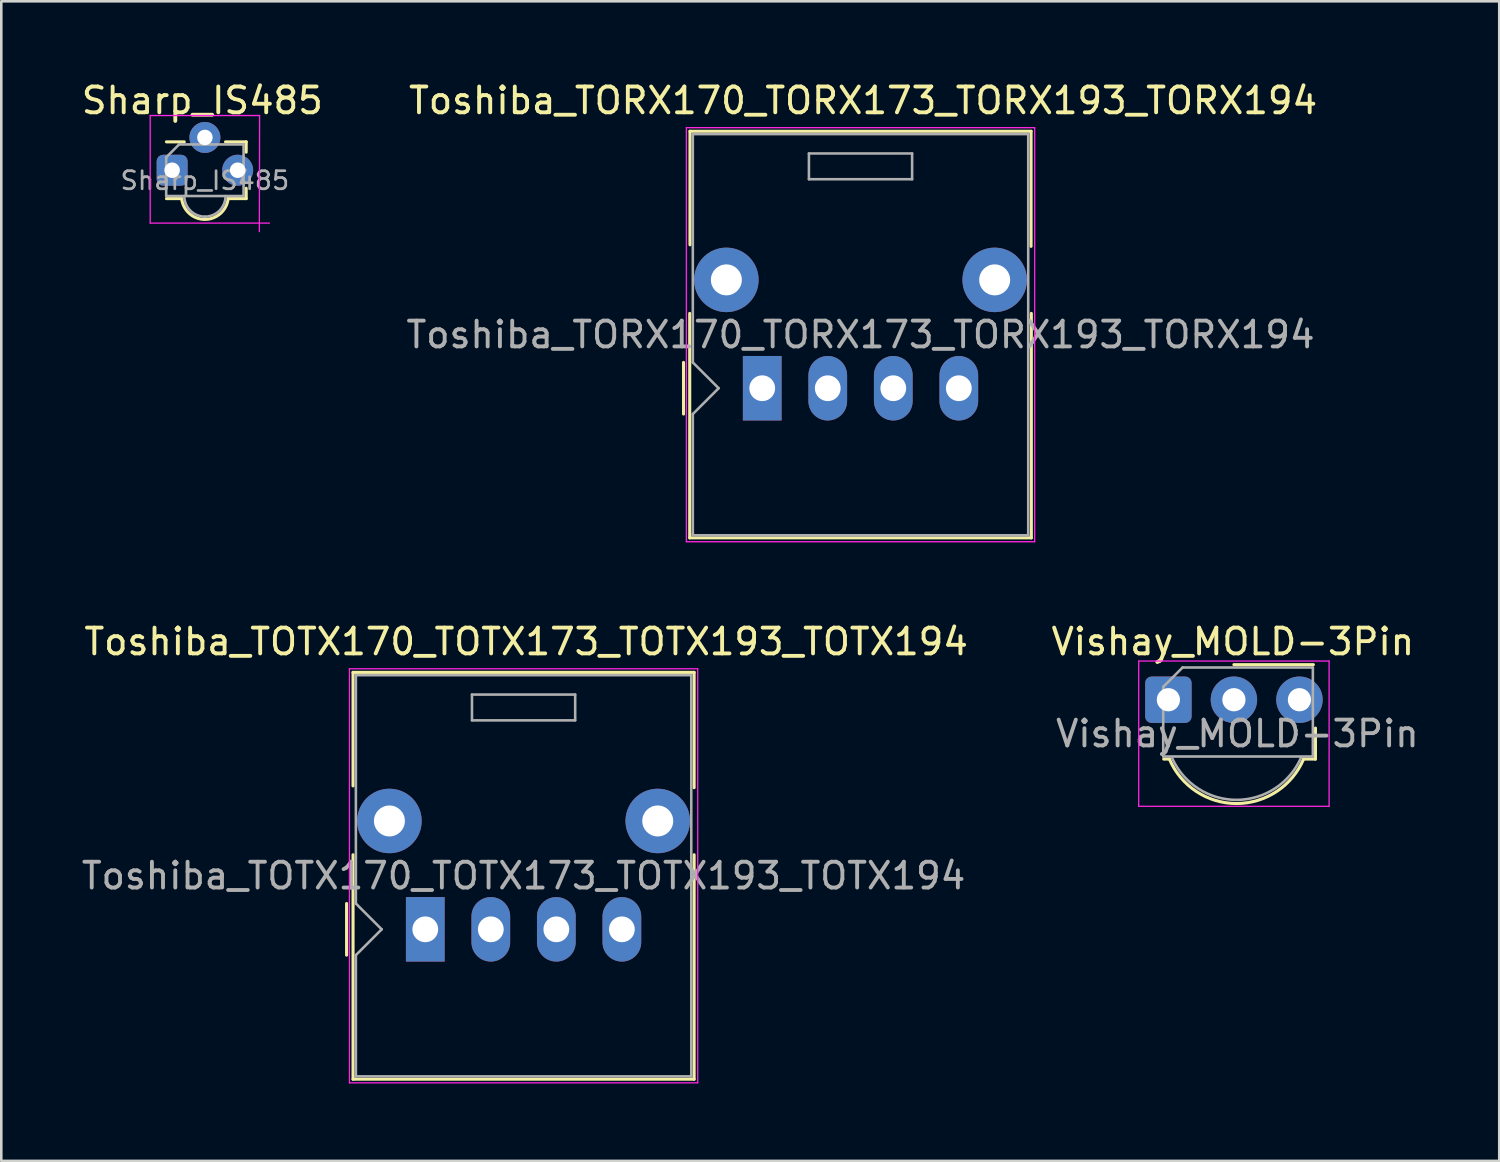
<source format=kicad_pcb>
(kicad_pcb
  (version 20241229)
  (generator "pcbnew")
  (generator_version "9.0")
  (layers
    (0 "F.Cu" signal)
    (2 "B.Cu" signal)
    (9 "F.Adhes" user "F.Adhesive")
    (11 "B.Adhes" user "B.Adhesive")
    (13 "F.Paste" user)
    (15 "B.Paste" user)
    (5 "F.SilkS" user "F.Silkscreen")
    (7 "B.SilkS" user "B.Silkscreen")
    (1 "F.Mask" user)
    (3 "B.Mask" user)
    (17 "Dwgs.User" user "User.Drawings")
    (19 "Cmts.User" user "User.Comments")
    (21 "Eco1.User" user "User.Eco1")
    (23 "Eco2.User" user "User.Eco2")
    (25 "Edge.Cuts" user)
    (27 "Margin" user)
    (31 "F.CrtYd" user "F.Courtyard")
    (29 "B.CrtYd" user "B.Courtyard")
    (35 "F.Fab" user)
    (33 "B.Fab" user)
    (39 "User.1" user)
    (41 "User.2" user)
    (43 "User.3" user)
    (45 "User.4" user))
  (footprint "Toshiba_TOTX170_TOTX173_TOTX193_TOTX194"
    (layer "F.Cu")
    (at 13.434 32.971)
    (property "Reference" "Toshiba_TOTX170_TOTX173_TOTX193_TOTX194" (at 3.91 -11.15 0) (layer "F.SilkS") (effects (font (size 1 1) (thickness 0.15))))
    (attr through_hole)
    (fp_line (start -3.05 1) (end -3.05 -1) (stroke (width 0.12) (type solid)) (layer "F.SilkS"))
    (fp_line (start -2.8 -9.96) (end -2.8 -5.56) (stroke (width 0.12) (type solid)) (layer "F.SilkS"))
    (fp_line (start -2.8 5.81) (end -2.8 -2.89) (stroke (width 0.12) (type solid)) (layer "F.SilkS"))
    (fp_line (start -2.8 5.81) (end 10.42 5.81) (stroke (width 0.12) (type solid)) (layer "F.SilkS"))
    (fp_line (start 10.42 -9.96) (end -2.8 -9.96) (stroke (width 0.12) (type solid)) (layer "F.SilkS"))
    (fp_line (start 10.42 -9.96) (end 10.42 -5.49) (stroke (width 0.12) (type solid)) (layer "F.SilkS"))
    (fp_line (start 10.42 5.81) (end 10.42 -2.89) (stroke (width 0.12) (type solid)) (layer "F.SilkS"))
    (fp_line (start -2.94 -10.1) (end -2.94 5.95) (stroke (width 0.05) (type solid)) (layer "F.CrtYd"))
    (fp_line (start -2.94 -10.1) (end 10.56 -10.1) (stroke (width 0.05) (type solid)) (layer "F.CrtYd"))
    (fp_line (start 10.56 5.95) (end -2.94 5.95) (stroke (width 0.05) (type solid)) (layer "F.CrtYd"))
    (fp_line (start 10.56 5.95) (end 10.56 -10.1) (stroke (width 0.05) (type solid)) (layer "F.CrtYd"))
    (fp_line (start -2.69 -9.85) (end 10.31 -9.85) (stroke (width 0.1) (type solid)) (layer "F.Fab"))
    (fp_line (start -2.69 -1) (end -2.69 -9.85) (stroke (width 0.1) (type solid)) (layer "F.Fab"))
    (fp_line (start -2.69 5.65) (end -2.69 1) (stroke (width 0.1) (type solid)) (layer "F.Fab"))
    (fp_line (start -2.69 5.65) (end -2.69 5.7) (stroke (width 0.1) (type solid)) (layer "F.Fab"))
    (fp_line (start -2.69 5.7) (end 10.26 5.7) (stroke (width 0.1) (type solid)) (layer "F.Fab"))
    (fp_line (start -1.69 0) (end -2.69 -1) (stroke (width 0.1) (type solid)) (layer "F.Fab"))
    (fp_line (start -1.69 0) (end -2.69 1) (stroke (width 0.1) (type solid)) (layer "F.Fab"))
    (fp_line (start 1.81 -9.1) (end 5.81 -9.1) (stroke (width 0.1) (type solid)) (layer "F.Fab"))
    (fp_line (start 1.81 -8.1) (end 1.81 -9.1) (stroke (width 0.1) (type solid)) (layer "F.Fab"))
    (fp_line (start 5.81 -9.1) (end 5.81 -8.1) (stroke (width 0.1) (type solid)) (layer "F.Fab"))
    (fp_line (start 5.81 -8.1) (end 1.81 -8.1) (stroke (width 0.1) (type solid)) (layer "F.Fab"))
    (fp_line (start 10.26 5.7) (end 10.31 5.7) (stroke (width 0.1) (type solid)) (layer "F.Fab"))
    (fp_line (start 10.31 5.7) (end 10.31 -9.85) (stroke (width 0.1) (type solid)) (layer "F.Fab"))
    (fp_text user "${REFERENCE}" (at 3.81 -2.075 0) (layer "F.Fab") (effects (font (size 1 1) (thickness 0.15))))
    (pad "1" thru_hole rect (at 0 0) (size 1.5 2.5) (drill 1) (layers "*.Cu" "*.Mask"))
    (pad "2" thru_hole oval (at 2.54 0) (size 1.5 2.5) (drill 1) (layers "*.Cu" "*.Mask"))
    (pad "3" thru_hole oval (at 5.08 0) (size 1.5 2.5) (drill 1) (layers "*.Cu" "*.Mask"))
    (pad "4" thru_hole oval (at 7.62 0) (size 1.5 2.5) (drill 1) (layers "*.Cu" "*.Mask"))
    (pad "5" thru_hole circle (at 9.01 -4.2) (size 2.5 2.5) (drill 1.2) (layers "*.Cu" "*.Mask"))
    (pad "6" thru_hole circle (at -1.39 -4.2) (size 2.5 2.5) (drill 1.2) (layers "*.Cu" "*.Mask")))
  (footprint "Sharp_IS485"
    (layer "F.Cu")
    (at 3.622 3.548)
    (property "Reference" "Sharp_IS485" (at 1.17 -2.7 0) (layer "F.SilkS") (effects (font (size 1 1) (thickness 0.15))))
    (attr through_hole)
    (fp_line (start -0.22 1.1) (end 0.37 1.1) (stroke (width 0.12) (type solid)) (layer "F.SilkS"))
    (fp_line (start 0.47 -1.1) (end -0.22 -1.1) (stroke (width 0.12) (type solid)) (layer "F.SilkS"))
    (fp_line (start 2.07 -1.1) (end 2.87 -1.1) (stroke (width 0.12) (type solid)) (layer "F.SilkS"))
    (fp_line (start 2.17 1.1) (end 2.87 1.1) (stroke (width 0.12) (type solid)) (layer "F.SilkS"))
    (fp_line (start 2.87 -0.7) (end 2.87 -1.1) (stroke (width 0.12) (type solid)) (layer "F.SilkS"))
    (fp_line (start 2.87 1.1) (end 2.87 0.7) (stroke (width 0.12) (type solid)) (layer "F.SilkS"))
    (fp_arc (start 2.17 1.1) (mid 1.288329 1.905353) (end 0.374785 1.136345) (stroke (width 0.12) (type solid)) (layer "F.SilkS"))
    (fp_line (start -0.85 -2.12) (end 3.39 -2.12) (stroke (width 0.05) (type solid)) (layer "F.CrtYd"))
    (fp_line (start -0.85 2.05) (end -0.85 -2.12) (stroke (width 0.05) (type solid)) (layer "F.CrtYd"))
    (fp_line (start 3.39 -2.12) (end 3.38 2.38) (stroke (width 0.05) (type solid)) (layer "F.CrtYd"))
    (fp_line (start 3.77 2.05) (end -0.85 2.05) (stroke (width 0.05) (type solid)) (layer "F.CrtYd"))
    (fp_line (start -0.23 -0.5) (end -0.23 1) (stroke (width 0.1) (type solid)) (layer "F.Fab"))
    (fp_line (start -0.23 -0.5) (end 0.27 -1) (stroke (width 0.1) (type solid)) (layer "F.Fab"))
    (fp_line (start -0.23 1) (end 2.77 1) (stroke (width 0.1) (type solid)) (layer "F.Fab"))
    (fp_line (start 2.77 -1) (end 0.27 -1) (stroke (width 0.1) (type solid)) (layer "F.Fab"))
    (fp_line (start 2.77 1) (end 2.77 -1) (stroke (width 0.1) (type solid)) (layer "F.Fab"))
    (fp_arc (start 1.27 1.8) (mid 0.704315 1.565685) (end 0.47 1) (stroke (width 0.1) (type solid)) (layer "F.Fab"))
    (fp_arc (start 2.07 1) (mid 1.835685 1.565685) (end 1.27 1.8) (stroke (width 0.1) (type solid)) (layer "F.Fab"))
    (fp_text user "${REFERENCE}" (at 1.27 0.4 0) (layer "F.Fab") (effects (font (size 0.7 0.7) (thickness 0.105))))
    (pad "1" thru_hole roundrect (at 0 0) (size 1.2 1.2) (drill 0.6) (layers "*.Cu" "*.Mask") (roundrect_rratio 0.208))
    (pad "2" thru_hole circle (at 1.27 -1.27) (size 1.2 1.2) (drill 0.6) (layers "*.Cu" "*.Mask"))
    (pad "3" thru_hole circle (at 2.54 0) (size 1.2 1.2) (drill 0.6) (layers "*.Cu" "*.Mask")))
  (footprint "Toshiba_TORX170_TORX173_TORX193_TORX194"
    (layer "F.Cu")
    (at 26.494 11.998)
    (property "Reference" "Toshiba_TORX170_TORX173_TORX193_TORX194" (at 3.91 -11.15 0) (layer "F.SilkS") (effects (font (size 1 1) (thickness 0.15))))
    (attr through_hole)
    (fp_line (start -3.05 1) (end -3.05 -1) (stroke (width 0.12) (type solid)) (layer "F.SilkS"))
    (fp_line (start -2.81 5.8) (end -2.81 -2.9) (stroke (width 0.12) (type solid)) (layer "F.SilkS"))
    (fp_line (start -2.81 5.8) (end 10.43 5.8) (stroke (width 0.12) (type solid)) (layer "F.SilkS"))
    (fp_line (start -2.8 -9.96) (end -2.8 -5.56) (stroke (width 0.12) (type solid)) (layer "F.SilkS"))
    (fp_line (start 10.42 -9.96) (end -2.8 -9.96) (stroke (width 0.12) (type solid)) (layer "F.SilkS"))
    (fp_line (start 10.42 -9.96) (end 10.42 -5.5) (stroke (width 0.12) (type solid)) (layer "F.SilkS"))
    (fp_line (start 10.43 5.8) (end 10.43 -2.9) (stroke (width 0.12) (type solid)) (layer "F.SilkS"))
    (fp_line (start -2.94 -10.1) (end -2.94 5.95) (stroke (width 0.05) (type solid)) (layer "F.CrtYd"))
    (fp_line (start -2.94 -10.1) (end 10.56 -10.1) (stroke (width 0.05) (type solid)) (layer "F.CrtYd"))
    (fp_line (start 10.56 5.95) (end -2.94 5.95) (stroke (width 0.05) (type solid)) (layer "F.CrtYd"))
    (fp_line (start 10.56 5.95) (end 10.56 -10.1) (stroke (width 0.05) (type solid)) (layer "F.CrtYd"))
    (fp_line (start -2.69 -9.85) (end 10.31 -9.85) (stroke (width 0.1) (type solid)) (layer "F.Fab"))
    (fp_line (start -2.69 -1) (end -2.69 -9.85) (stroke (width 0.1) (type solid)) (layer "F.Fab"))
    (fp_line (start -2.69 5.65) (end -2.69 1) (stroke (width 0.1) (type solid)) (layer "F.Fab"))
    (fp_line (start -2.69 5.65) (end -2.69 5.7) (stroke (width 0.1) (type solid)) (layer "F.Fab"))
    (fp_line (start -2.69 5.7) (end 10.26 5.7) (stroke (width 0.1) (type solid)) (layer "F.Fab"))
    (fp_line (start -1.69 0) (end -2.69 -1) (stroke (width 0.1) (type solid)) (layer "F.Fab"))
    (fp_line (start -1.69 0) (end -2.69 1) (stroke (width 0.1) (type solid)) (layer "F.Fab"))
    (fp_line (start 1.81 -9.1) (end 5.81 -9.1) (stroke (width 0.1) (type solid)) (layer "F.Fab"))
    (fp_line (start 1.81 -8.1) (end 1.81 -9.1) (stroke (width 0.1) (type solid)) (layer "F.Fab"))
    (fp_line (start 5.81 -9.1) (end 5.81 -8.1) (stroke (width 0.1) (type solid)) (layer "F.Fab"))
    (fp_line (start 5.81 -8.1) (end 1.81 -8.1) (stroke (width 0.1) (type solid)) (layer "F.Fab"))
    (fp_line (start 10.26 5.7) (end 10.31 5.7) (stroke (width 0.1) (type solid)) (layer "F.Fab"))
    (fp_line (start 10.31 5.7) (end 10.31 -9.85) (stroke (width 0.1) (type solid)) (layer "F.Fab"))
    (fp_text user "${REFERENCE}" (at 3.81 -2.075 0) (layer "F.Fab") (effects (font (size 1 1) (thickness 0.15))))
    (pad "1" thru_hole rect (at 0 0) (size 1.5 2.5) (drill 1) (layers "*.Cu" "*.Mask"))
    (pad "2" thru_hole oval (at 2.54 0) (size 1.5 2.5) (drill 1) (layers "*.Cu" "*.Mask"))
    (pad "3" thru_hole oval (at 5.08 0) (size 1.5 2.5) (drill 1) (layers "*.Cu" "*.Mask"))
    (pad "4" thru_hole oval (at 7.62 0) (size 1.5 2.5) (drill 1) (layers "*.Cu" "*.Mask"))
    (pad "5" thru_hole circle (at 9.01 -4.2) (size 2.5 2.5) (drill 1.2) (layers "*.Cu" "*.Mask"))
    (pad "6" thru_hole circle (at -1.39 -4.2) (size 2.5 2.5) (drill 1.2) (layers "*.Cu" "*.Mask")))
  (footprint "Vishay_MOLD-3Pin"
    (layer "F.Cu")
    (at 42.237 24.072)
    (property "Reference" "Vishay_MOLD-3Pin" (at 2.5 -2.25 180) (layer "F.SilkS") (effects (font (size 1 1) (thickness 0.15))))
    (attr through_hole)
    (fp_line (start 0.04 2.3) (end -0.18 2.3) (stroke (width 0.12) (type solid)) (layer "F.SilkS"))
    (fp_line (start 5.62 -1.36) (end 2.54 -1.36) (stroke (width 0.12) (type solid)) (layer "F.SilkS"))
    (fp_line (start 5.7 2.3) (end 5.24 2.3) (stroke (width 0.12) (type solid)) (layer "F.SilkS"))
    (fp_line (start 5.7 2.3) (end 5.7 1.1) (stroke (width 0.12) (type solid)) (layer "F.SilkS"))
    (fp_arc (start 5.24 2.3) (mid 2.64 4.023119) (end 0.04 2.3) (stroke (width 0.12) (type solid)) (layer "F.SilkS"))
    (fp_line (start -1.15 -1.5) (end -1.15 4.13) (stroke (width 0.05) (type solid)) (layer "F.CrtYd"))
    (fp_line (start -1.15 -1.5) (end 6.23 -1.5) (stroke (width 0.05) (type solid)) (layer "F.CrtYd"))
    (fp_line (start 6.23 4.13) (end -1.15 4.13) (stroke (width 0.05) (type solid)) (layer "F.CrtYd"))
    (fp_line (start 6.23 4.13) (end 6.23 -1.5) (stroke (width 0.05) (type solid)) (layer "F.CrtYd"))
    (fp_line (start -0.2 2.2) (end -0.2 -0.5) (stroke (width 0.1) (type solid)) (layer "F.Fab"))
    (fp_line (start 0.55 -1.25) (end -0.2 -0.5) (stroke (width 0.1) (type solid)) (layer "F.Fab"))
    (fp_line (start 0.55 -1.25) (end 5.6 -1.25) (stroke (width 0.1) (type solid)) (layer "F.Fab"))
    (fp_line (start 5.6 -1.25) (end 5.6 2.2) (stroke (width 0.1) (type solid)) (layer "F.Fab"))
    (fp_line (start 5.6 2.2) (end -0.2 2.2) (stroke (width 0.1) (type solid)) (layer "F.Fab"))
    (fp_arc (start 5.14 2.25) (mid 2.651941 3.881274) (end 0.149714 2.271818) (stroke (width 0.1) (type solid)) (layer "F.Fab"))
    (fp_text user "${REFERENCE}" (at 2.675 1.316 0) (layer "F.Fab") (effects (font (size 1 1) (thickness 0.15))))
    (pad "1" thru_hole roundrect (at 0 0) (size 1.8 1.8) (drill 0.9) (layers "*.Cu" "*.Mask") (roundrect_rratio 0.138))
    (pad "2" thru_hole circle (at 2.54 0) (size 1.8 1.8) (drill 0.9) (layers "*.Cu" "*.Mask"))
    (pad "3" thru_hole circle (at 5.08 0) (size 1.8 1.8) (drill 0.9) (layers "*.Cu" "*.Mask")))
  (gr_rect
    (start -3 -3)
    (end 55.061 41.947)
    (stroke (width 0.1) (type default))
    (fill no)
    (layer "Edge.Cuts")))
</source>
